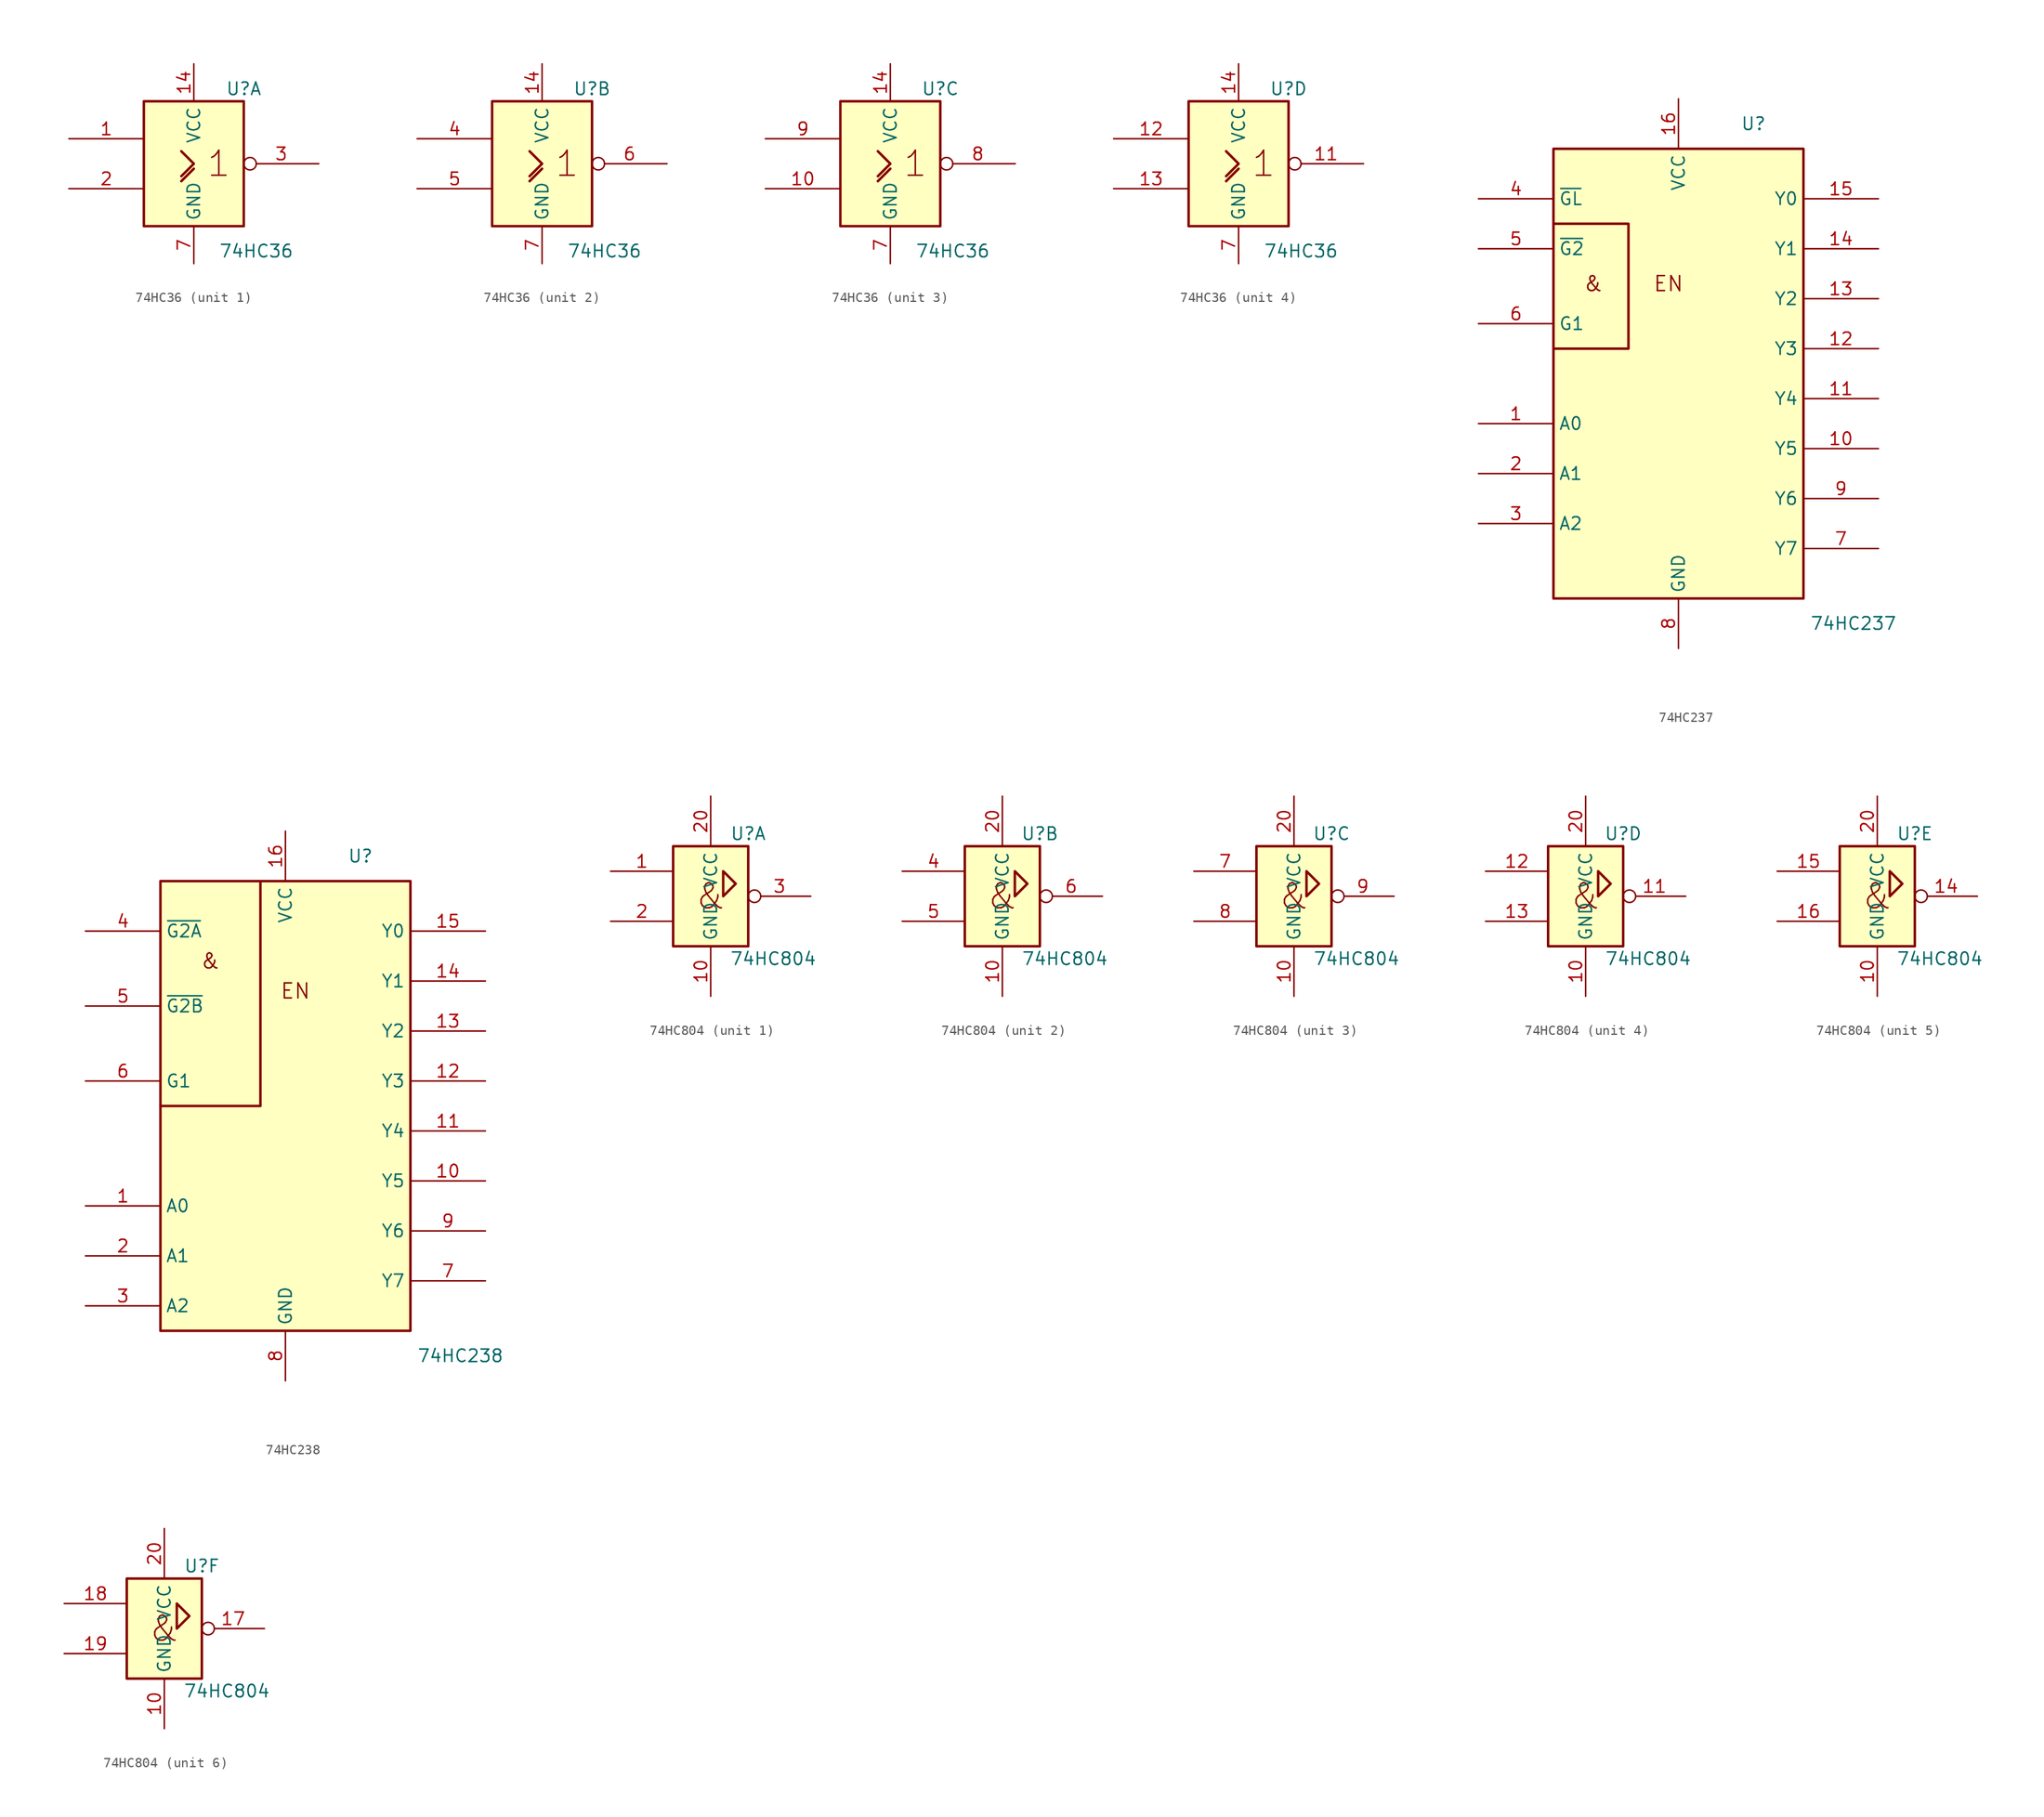
<source format=kicad_sym>
(kicad_symbol_lib
  (version 20241209)
  (generator "kicad_symbol_editor")
  (generator_version "9.0")
  (symbol "74HC36"
    (property "Reference" "U"
      (at 5.08 7.62 0)
      (effects (font (size 1.27 1.27))))
    (property "Value" "74HC36"
      (at 6.35 -8.89 0)
      (effects (font (size 1.27 1.27))))
    (symbol "74HC36_0_0"
      (polyline (pts (xy -1.27 1.27) (xy 0 0) (xy -1.27 -1.27) (xy -1.27 -1.27)) (stroke (width 0.254) (type default)) (fill (type background)))
      (polyline (pts (xy -1.27 -1.778) (xy 0 -0.508) (xy 0 -0.508)) (stroke (width 0.254) (type default)) (fill (type background)))
      (text "1" (at 2.54 0 0) (effects (font (size 2.54 2.54)))))
    (symbol "74HC36_0_1"
      (rectangle (start -5.08 6.35) (end 5.08 -6.35) (stroke (width 0.254) (type default)) (fill (type background)))
      (pin power_in line (at 0 10.16 270) (length 3.81) (name "VCC" (effects (font (size 1.27 1.27)))) (number "14" (effects (font (size 1.27 1.27)))))
      (pin power_in line (at 0 -10.16 90) (length 3.81) (name "GND" (effects (font (size 1.27 1.27)))) (number "7" (effects (font (size 1.27 1.27))))))
    (symbol "74HC36_1_1"
      (pin input line (at -12.7 2.54 0) (length 7.62) (name "~" (effects (font (size 1.27 1.27)))) (number "1" (effects (font (size 1.27 1.27)))))
      (pin input line (at -12.7 -2.54 0) (length 7.62) (name "~" (effects (font (size 1.27 1.27)))) (number "2" (effects (font (size 1.27 1.27)))))
      (pin output inverted (at 12.7 0 180) (length 7.62) (name "~" (effects (font (size 1.27 1.27)))) (number "3" (effects (font (size 1.27 1.27))))))
    (symbol "74HC36_2_1"
      (pin input line (at -12.7 2.54 0) (length 7.62) (name "~" (effects (font (size 1.27 1.27)))) (number "4" (effects (font (size 1.27 1.27)))))
      (pin input line (at -12.7 -2.54 0) (length 7.62) (name "~" (effects (font (size 1.27 1.27)))) (number "5" (effects (font (size 1.27 1.27)))))
      (pin output inverted (at 12.7 0 180) (length 7.62) (name "~" (effects (font (size 1.27 1.27)))) (number "6" (effects (font (size 1.27 1.27))))))
    (symbol "74HC36_3_1"
      (pin input line (at -12.7 2.54 0) (length 7.62) (name "~" (effects (font (size 1.27 1.27)))) (number "9" (effects (font (size 1.27 1.27)))))
      (pin input line (at -12.7 -2.54 0) (length 7.62) (name "~" (effects (font (size 1.27 1.27)))) (number "10" (effects (font (size 1.27 1.27)))))
      (pin output inverted (at 12.7 0 180) (length 7.62) (name "~" (effects (font (size 1.27 1.27)))) (number "8" (effects (font (size 1.27 1.27))))))
    (symbol "74HC36_4_1"
      (pin input line (at -12.7 2.54 0) (length 7.62) (name "~" (effects (font (size 1.27 1.27)))) (number "12" (effects (font (size 1.27 1.27)))))
      (pin input line (at -12.7 -2.54 0) (length 7.62) (name "~" (effects (font (size 1.27 1.27)))) (number "13" (effects (font (size 1.27 1.27)))))
      (pin output inverted (at 12.7 0 180) (length 7.62) (name "~" (effects (font (size 1.27 1.27)))) (number "11" (effects (font (size 1.27 1.27)))))))
  (symbol "74HC237"
    (property "Reference" "U"
      (at 7.62 17.78 0)
      (effects (font (size 1.27 1.27))))
    (property "Value" "74HC237"
      (at 17.78 -33.02 0)
      (effects (font (size 1.27 1.27))))
    (symbol "74HC237_0_0"
      (text "&" (at -8.636 1.524 0) (effects (font (size 1.524 1.524))))
      (text "EN" (at -1.016 1.524 0) (effects (font (size 1.524 1.524))))
      (pin power_in line (at 0 20.32 270) (length 5.08) (name "VCC" (effects (font (size 1.27 1.27)))) (number "16" (effects (font (size 1.27 1.27))))))
    (symbol "74HC237_0_1"
      (rectangle (start -12.7 15.24) (end 12.7 -30.48) (stroke (width 0.254) (type default)) (fill (type background)))
      (polyline (pts (xy -12.7 7.62) (xy -5.08 7.62) (xy -5.08 -5.08) (xy -12.7 -5.08) (xy -12.7 -5.08)) (stroke (width 0.254) (type default)) (fill (type background)))
      (pin power_in line (at 0 -35.56 90) (length 5.08) (name "GND" (effects (font (size 1.27 1.27)))) (number "8" (effects (font (size 1.27 1.27))))))
    (symbol "74HC237_1_1"
      (pin input line (at -20.32 10.16 0) (length 7.62) (name "~{GL}" (effects (font (size 1.27 1.27)))) (number "4" (effects (font (size 1.27 1.27)))))
      (pin input line (at -20.32 5.08 0) (length 7.62) (name "~{G2}" (effects (font (size 1.27 1.27)))) (number "5" (effects (font (size 1.27 1.27)))))
      (pin input line (at -20.32 -2.54 0) (length 7.62) (name "G1" (effects (font (size 1.27 1.27)))) (number "6" (effects (font (size 1.27 1.27)))))
      (pin input line (at -20.32 -12.7 0) (length 7.62) (name "A0" (effects (font (size 1.27 1.27)))) (number "1" (effects (font (size 1.27 1.27)))))
      (pin input line (at -20.32 -17.78 0) (length 7.62) (name "A1" (effects (font (size 1.27 1.27)))) (number "2" (effects (font (size 1.27 1.27)))))
      (pin input line (at -20.32 -22.86 0) (length 7.62) (name "A2" (effects (font (size 1.27 1.27)))) (number "3" (effects (font (size 1.27 1.27)))))
      (pin output line (at 20.32 10.16 180) (length 7.62) (name "Y0" (effects (font (size 1.27 1.27)))) (number "15" (effects (font (size 1.27 1.27)))))
      (pin output line (at 20.32 5.08 180) (length 7.62) (name "Y1" (effects (font (size 1.27 1.27)))) (number "14" (effects (font (size 1.27 1.27)))))
      (pin output line (at 20.32 0 180) (length 7.62) (name "Y2" (effects (font (size 1.27 1.27)))) (number "13" (effects (font (size 1.27 1.27)))))
      (pin output line (at 20.32 -5.08 180) (length 7.62) (name "Y3" (effects (font (size 1.27 1.27)))) (number "12" (effects (font (size 1.27 1.27)))))
      (pin output line (at 20.32 -10.16 180) (length 7.62) (name "Y4" (effects (font (size 1.27 1.27)))) (number "11" (effects (font (size 1.27 1.27)))))
      (pin output line (at 20.32 -15.24 180) (length 7.62) (name "Y5" (effects (font (size 1.27 1.27)))) (number "10" (effects (font (size 1.27 1.27)))))
      (pin output line (at 20.32 -20.32 180) (length 7.62) (name "Y6" (effects (font (size 1.27 1.27)))) (number "9" (effects (font (size 1.27 1.27)))))
      (pin output line (at 20.32 -25.4 180) (length 7.62) (name "Y7" (effects (font (size 1.27 1.27)))) (number "7" (effects (font (size 1.27 1.27)))))))
  (symbol "74HC238"
    (property "Reference" "U"
      (at 7.62 17.78 0)
      (effects (font (size 1.27 1.27))))
    (property "Value" "74HC238"
      (at 17.78 -33.02 0)
      (effects (font (size 1.27 1.27))))
    (symbol "74HC238_0_0"
      (text "&" (at -7.62 7.112 0) (effects (font (size 1.524 1.524))))
      (text "EN" (at 1.016 4.064 0) (effects (font (size 1.524 1.524))))
      (pin power_in line (at 0 20.32 270) (length 5.08) (name "VCC" (effects (font (size 1.27 1.27)))) (number "16" (effects (font (size 1.27 1.27))))))
    (symbol "74HC238_0_1"
      (rectangle (start -12.7 15.24) (end 12.7 -30.48) (stroke (width 0.254) (type default)) (fill (type background)))
      (polyline (pts (xy -2.54 15.24) (xy -2.54 -7.62) (xy -12.7 -7.62) (xy -12.7 -7.62)) (stroke (width 0.254) (type default)) (fill (type background))))
    (symbol "74HC238_1_1"
      (pin input line (at -20.32 10.16 0) (length 7.62) (name "~{G2A}" (effects (font (size 1.27 1.27)))) (number "4" (effects (font (size 1.27 1.27)))))
      (pin input line (at -20.32 2.54 0) (length 7.62) (name "~{G2B}" (effects (font (size 1.27 1.27)))) (number "5" (effects (font (size 1.27 1.27)))))
      (pin input line (at -20.32 -5.08 0) (length 7.62) (name "G1" (effects (font (size 1.27 1.27)))) (number "6" (effects (font (size 1.27 1.27)))))
      (pin input line (at -20.32 -17.78 0) (length 7.62) (name "A0" (effects (font (size 1.27 1.27)))) (number "1" (effects (font (size 1.27 1.27)))))
      (pin input line (at -20.32 -22.86 0) (length 7.62) (name "A1" (effects (font (size 1.27 1.27)))) (number "2" (effects (font (size 1.27 1.27)))))
      (pin input line (at -20.32 -27.94 0) (length 7.62) (name "A2" (effects (font (size 1.27 1.27)))) (number "3" (effects (font (size 1.27 1.27)))))
      (pin power_in line (at 0 -35.56 90) (length 5.08) (name "GND" (effects (font (size 1.27 1.27)))) (number "8" (effects (font (size 1.27 1.27)))))
      (pin output line (at 20.32 10.16 180) (length 7.62) (name "Y0" (effects (font (size 1.27 1.27)))) (number "15" (effects (font (size 1.27 1.27)))))
      (pin output line (at 20.32 5.08 180) (length 7.62) (name "Y1" (effects (font (size 1.27 1.27)))) (number "14" (effects (font (size 1.27 1.27)))))
      (pin output line (at 20.32 0 180) (length 7.62) (name "Y2" (effects (font (size 1.27 1.27)))) (number "13" (effects (font (size 1.27 1.27)))))
      (pin output line (at 20.32 -5.08 180) (length 7.62) (name "Y3" (effects (font (size 1.27 1.27)))) (number "12" (effects (font (size 1.27 1.27)))))
      (pin output line (at 20.32 -10.16 180) (length 7.62) (name "Y4" (effects (font (size 1.27 1.27)))) (number "11" (effects (font (size 1.27 1.27)))))
      (pin output line (at 20.32 -15.24 180) (length 7.62) (name "Y5" (effects (font (size 1.27 1.27)))) (number "10" (effects (font (size 1.27 1.27)))))
      (pin output line (at 20.32 -20.32 180) (length 7.62) (name "Y6" (effects (font (size 1.27 1.27)))) (number "9" (effects (font (size 1.27 1.27)))))
      (pin output line (at 20.32 -25.4 180) (length 7.62) (name "Y7" (effects (font (size 1.27 1.27)))) (number "7" (effects (font (size 1.27 1.27)))))))
  (symbol "74HC804"
    (property "Reference" "U"
      (at 3.81 6.35 0)
      (effects (font (size 1.27 1.27))))
    (property "Value" "74HC804"
      (at 6.35 -6.35 0)
      (effects (font (size 1.27 1.27))))
    (symbol "74HC804_0_1"
      (rectangle (start -3.81 5.08) (end 3.81 -5.08) (stroke (width 0.254) (type default)) (fill (type background)))
      (polyline (pts (xy 1.27 0) (xy 1.27 2.54) (xy 2.54 1.27) (xy 1.27 0) (xy 1.27 0)) (stroke (width 0.254) (type default)) (fill (type background)))
      (text "&" (at 0 0 0) (effects (font (size 2.54 2.54))))
      (pin power_in line (at 0 10.16 270) (length 5.08) (name "VCC" (effects (font (size 1.27 1.27)))) (number "20" (effects (font (size 1.27 1.27)))))
      (pin power_in line (at 0 -10.16 90) (length 5.08) (name "GND" (effects (font (size 1.27 1.27)))) (number "10" (effects (font (size 1.27 1.27))))))
    (symbol "74HC804_1_1"
      (pin input line (at -10.16 2.54 0) (length 6.35) (name "~" (effects (font (size 1.27 1.27)))) (number "1" (effects (font (size 1.27 1.27)))))
      (pin input line (at -10.16 -2.54 0) (length 6.35) (name "~" (effects (font (size 1.27 1.27)))) (number "2" (effects (font (size 1.27 1.27)))))
      (pin output inverted (at 10.16 0 180) (length 6.35) (name "~" (effects (font (size 1.27 1.27)))) (number "3" (effects (font (size 1.27 1.27))))))
    (symbol "74HC804_2_1"
      (pin input line (at -10.16 2.54 0) (length 6.35) (name "~" (effects (font (size 1.27 1.27)))) (number "4" (effects (font (size 1.27 1.27)))))
      (pin input line (at -10.16 -2.54 0) (length 6.35) (name "~" (effects (font (size 1.27 1.27)))) (number "5" (effects (font (size 1.27 1.27)))))
      (pin output inverted (at 10.16 0 180) (length 6.35) (name "~" (effects (font (size 1.27 1.27)))) (number "6" (effects (font (size 1.27 1.27))))))
    (symbol "74HC804_3_1"
      (pin input line (at -10.16 2.54 0) (length 6.35) (name "~" (effects (font (size 1.27 1.27)))) (number "7" (effects (font (size 1.27 1.27)))))
      (pin input line (at -10.16 -2.54 0) (length 6.35) (name "~" (effects (font (size 1.27 1.27)))) (number "8" (effects (font (size 1.27 1.27)))))
      (pin output inverted (at 10.16 0 180) (length 6.35) (name "~" (effects (font (size 1.27 1.27)))) (number "9" (effects (font (size 1.27 1.27))))))
    (symbol "74HC804_4_1"
      (pin input line (at -10.16 2.54 0) (length 6.35) (name "~" (effects (font (size 1.27 1.27)))) (number "12" (effects (font (size 1.27 1.27)))))
      (pin input line (at -10.16 -2.54 0) (length 6.35) (name "~" (effects (font (size 1.27 1.27)))) (number "13" (effects (font (size 1.27 1.27)))))
      (pin output inverted (at 10.16 0 180) (length 6.35) (name "~" (effects (font (size 1.27 1.27)))) (number "11" (effects (font (size 1.27 1.27))))))
    (symbol "74HC804_5_1"
      (pin input line (at -10.16 2.54 0) (length 6.35) (name "~" (effects (font (size 1.27 1.27)))) (number "15" (effects (font (size 1.27 1.27)))))
      (pin input line (at -10.16 -2.54 0) (length 6.35) (name "~" (effects (font (size 1.27 1.27)))) (number "16" (effects (font (size 1.27 1.27)))))
      (pin output inverted (at 10.16 0 180) (length 6.35) (name "~" (effects (font (size 1.27 1.27)))) (number "14" (effects (font (size 1.27 1.27))))))
    (symbol "74HC804_6_1"
      (pin input line (at -10.16 2.54 0) (length 6.35) (name "~" (effects (font (size 1.27 1.27)))) (number "18" (effects (font (size 1.27 1.27)))))
      (pin input line (at -10.16 -2.54 0) (length 6.35) (name "~" (effects (font (size 1.27 1.27)))) (number "19" (effects (font (size 1.27 1.27)))))
      (pin output inverted (at 10.16 0 180) (length 6.35) (name "~" (effects (font (size 1.27 1.27)))) (number "17" (effects (font (size 1.27 1.27))))))))
</source>
